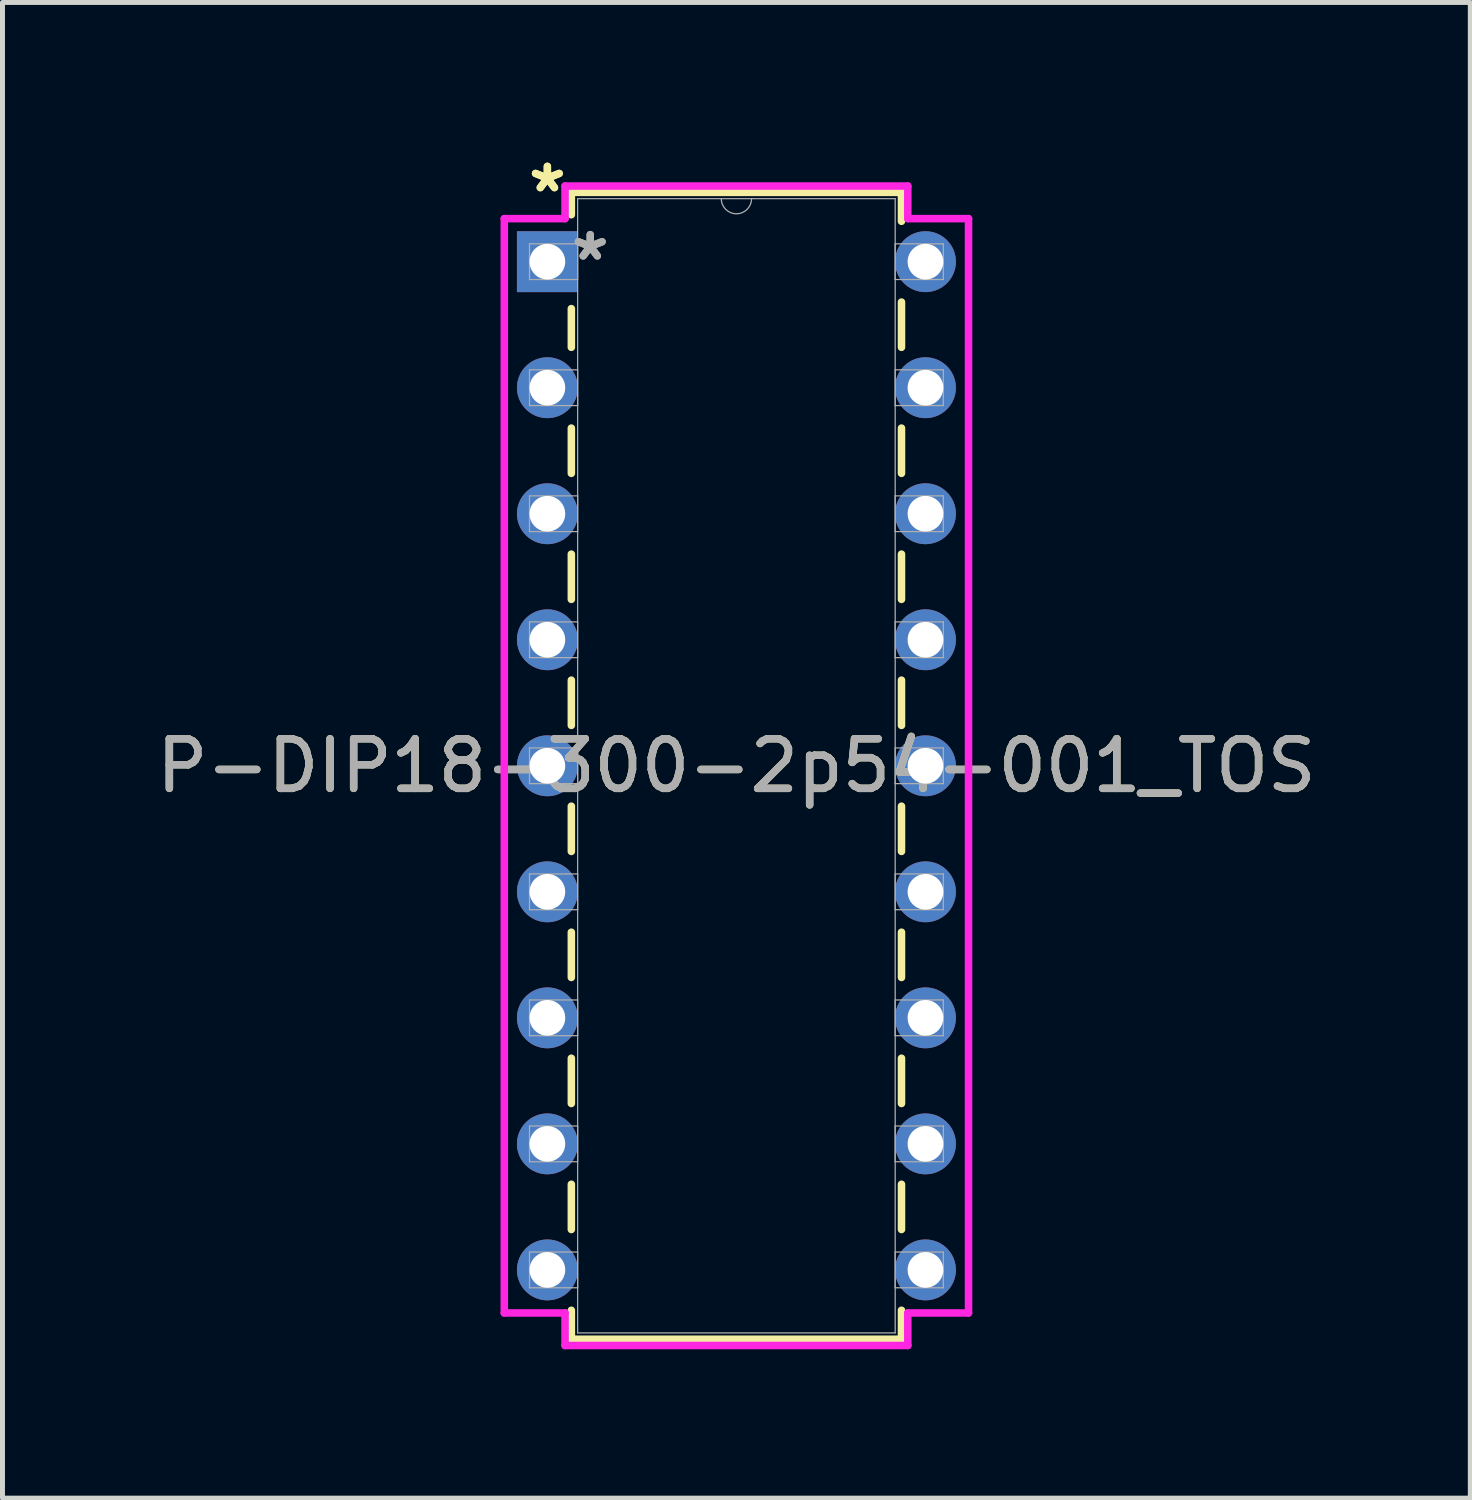
<source format=kicad_pcb>
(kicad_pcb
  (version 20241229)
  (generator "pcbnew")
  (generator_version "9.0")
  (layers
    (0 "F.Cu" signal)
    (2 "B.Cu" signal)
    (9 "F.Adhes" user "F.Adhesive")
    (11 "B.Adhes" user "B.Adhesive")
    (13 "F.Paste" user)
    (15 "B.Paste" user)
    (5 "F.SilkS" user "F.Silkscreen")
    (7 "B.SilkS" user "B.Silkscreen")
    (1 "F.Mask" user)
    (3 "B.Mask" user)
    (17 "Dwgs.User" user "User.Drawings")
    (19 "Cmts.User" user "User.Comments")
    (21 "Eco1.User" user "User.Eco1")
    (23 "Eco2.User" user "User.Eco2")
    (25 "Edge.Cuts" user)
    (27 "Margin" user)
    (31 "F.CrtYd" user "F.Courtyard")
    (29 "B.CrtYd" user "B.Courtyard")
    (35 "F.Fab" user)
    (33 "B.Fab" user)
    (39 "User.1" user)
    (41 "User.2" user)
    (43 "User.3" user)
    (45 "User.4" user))
  (footprint "P-DIP18-300-2p54-001_TOS"
    (layer "F.Cu")
    (at 7.982 2.224)
    (property "Reference" "P-DIP18-300-2p54-001_TOS" (at 3.81 10.16 0) (unlocked yes) (layer "F.SilkS") (effects (font (size 1 1) (thickness 0.15))))
    (attr through_hole)
    (fp_line (start 0.483 -1.397) (end 0.483 -0.946) (stroke (width 0.152) (type solid)) (layer "F.SilkS"))
    (fp_line (start 0.483 0.946) (end 0.483 1.726) (stroke (width 0.152) (type solid)) (layer "F.SilkS"))
    (fp_line (start 0.483 3.354) (end 0.483 4.266) (stroke (width 0.152) (type solid)) (layer "F.SilkS"))
    (fp_line (start 0.483 5.894) (end 0.483 6.806) (stroke (width 0.152) (type solid)) (layer "F.SilkS"))
    (fp_line (start 0.483 8.434) (end 0.483 9.346) (stroke (width 0.152) (type solid)) (layer "F.SilkS"))
    (fp_line (start 0.483 10.974) (end 0.483 11.886) (stroke (width 0.152) (type solid)) (layer "F.SilkS"))
    (fp_line (start 0.483 13.514) (end 0.483 14.426) (stroke (width 0.152) (type solid)) (layer "F.SilkS"))
    (fp_line (start 0.483 16.054) (end 0.483 16.966) (stroke (width 0.152) (type solid)) (layer "F.SilkS"))
    (fp_line (start 0.483 18.594) (end 0.483 19.506) (stroke (width 0.152) (type solid)) (layer "F.SilkS"))
    (fp_line (start 0.483 21.134) (end 0.483 21.717) (stroke (width 0.152) (type solid)) (layer "F.SilkS"))
    (fp_line (start 0.483 21.717) (end 7.137 21.717) (stroke (width 0.152) (type solid)) (layer "F.SilkS"))
    (fp_line (start 7.137 -1.397) (end 0.483 -1.397) (stroke (width 0.152) (type solid)) (layer "F.SilkS"))
    (fp_line (start 7.137 -0.814) (end 7.137 -1.397) (stroke (width 0.152) (type solid)) (layer "F.SilkS"))
    (fp_line (start 7.137 1.726) (end 7.137 0.814) (stroke (width 0.152) (type solid)) (layer "F.SilkS"))
    (fp_line (start 7.137 4.266) (end 7.137 3.354) (stroke (width 0.152) (type solid)) (layer "F.SilkS"))
    (fp_line (start 7.137 6.806) (end 7.137 5.894) (stroke (width 0.152) (type solid)) (layer "F.SilkS"))
    (fp_line (start 7.137 9.346) (end 7.137 8.434) (stroke (width 0.152) (type solid)) (layer "F.SilkS"))
    (fp_line (start 7.137 11.886) (end 7.137 10.974) (stroke (width 0.152) (type solid)) (layer "F.SilkS"))
    (fp_line (start 7.137 14.426) (end 7.137 13.514) (stroke (width 0.152) (type solid)) (layer "F.SilkS"))
    (fp_line (start 7.137 16.966) (end 7.137 16.054) (stroke (width 0.152) (type solid)) (layer "F.SilkS"))
    (fp_line (start 7.137 19.506) (end 7.137 18.594) (stroke (width 0.152) (type solid)) (layer "F.SilkS"))
    (fp_line (start 7.137 21.717) (end 7.137 21.134) (stroke (width 0.152) (type solid)) (layer "F.SilkS"))
    (fp_line (start -0.868 -0.868) (end 0.356 -0.868) (stroke (width 0.152) (type solid)) (layer "F.CrtYd"))
    (fp_line (start -0.868 21.188) (end -0.868 -0.868) (stroke (width 0.152) (type solid)) (layer "F.CrtYd"))
    (fp_line (start 0.356 -1.524) (end 7.264 -1.524) (stroke (width 0.152) (type solid)) (layer "F.CrtYd"))
    (fp_line (start 0.356 -0.868) (end 0.356 -1.524) (stroke (width 0.152) (type solid)) (layer "F.CrtYd"))
    (fp_line (start 0.356 21.188) (end -0.868 21.188) (stroke (width 0.152) (type solid)) (layer "F.CrtYd"))
    (fp_line (start 0.356 21.844) (end 0.356 21.188) (stroke (width 0.152) (type solid)) (layer "F.CrtYd"))
    (fp_line (start 7.264 -1.524) (end 7.264 -0.868) (stroke (width 0.152) (type solid)) (layer "F.CrtYd"))
    (fp_line (start 7.264 21.188) (end 7.264 21.844) (stroke (width 0.152) (type solid)) (layer "F.CrtYd"))
    (fp_line (start 7.264 21.844) (end 0.356 21.844) (stroke (width 0.152) (type solid)) (layer "F.CrtYd"))
    (fp_line (start 8.488 -0.868) (end 7.264 -0.868) (stroke (width 0.152) (type solid)) (layer "F.CrtYd"))
    (fp_line (start 8.488 -0.868) (end 8.488 21.188) (stroke (width 0.152) (type solid)) (layer "F.CrtYd"))
    (fp_line (start 8.488 21.188) (end 7.264 21.188) (stroke (width 0.152) (type solid)) (layer "F.CrtYd"))
    (fp_line (start -0.36 -0.36) (end -0.36 0.36) (stroke (width 0.025) (type solid)) (layer "F.Fab"))
    (fp_line (start -0.36 0.36) (end 0.61 0.36) (stroke (width 0.025) (type solid)) (layer "F.Fab"))
    (fp_line (start -0.36 2.18) (end -0.36 2.9) (stroke (width 0.025) (type solid)) (layer "F.Fab"))
    (fp_line (start -0.36 2.9) (end 0.61 2.9) (stroke (width 0.025) (type solid)) (layer "F.Fab"))
    (fp_line (start -0.36 4.72) (end -0.36 5.44) (stroke (width 0.025) (type solid)) (layer "F.Fab"))
    (fp_line (start -0.36 5.44) (end 0.61 5.44) (stroke (width 0.025) (type solid)) (layer "F.Fab"))
    (fp_line (start -0.36 7.26) (end -0.36 7.98) (stroke (width 0.025) (type solid)) (layer "F.Fab"))
    (fp_line (start -0.36 7.98) (end 0.61 7.98) (stroke (width 0.025) (type solid)) (layer "F.Fab"))
    (fp_line (start -0.36 9.8) (end -0.36 10.52) (stroke (width 0.025) (type solid)) (layer "F.Fab"))
    (fp_line (start -0.36 10.52) (end 0.61 10.52) (stroke (width 0.025) (type solid)) (layer "F.Fab"))
    (fp_line (start -0.36 12.34) (end -0.36 13.06) (stroke (width 0.025) (type solid)) (layer "F.Fab"))
    (fp_line (start -0.36 13.06) (end 0.61 13.06) (stroke (width 0.025) (type solid)) (layer "F.Fab"))
    (fp_line (start -0.36 14.88) (end -0.36 15.6) (stroke (width 0.025) (type solid)) (layer "F.Fab"))
    (fp_line (start -0.36 15.6) (end 0.61 15.6) (stroke (width 0.025) (type solid)) (layer "F.Fab"))
    (fp_line (start -0.36 17.42) (end -0.36 18.14) (stroke (width 0.025) (type solid)) (layer "F.Fab"))
    (fp_line (start -0.36 18.14) (end 0.61 18.14) (stroke (width 0.025) (type solid)) (layer "F.Fab"))
    (fp_line (start -0.36 19.96) (end -0.36 20.68) (stroke (width 0.025) (type solid)) (layer "F.Fab"))
    (fp_line (start -0.36 20.68) (end 0.61 20.68) (stroke (width 0.025) (type solid)) (layer "F.Fab"))
    (fp_line (start 0.61 -1.27) (end 0.61 21.59) (stroke (width 0.025) (type solid)) (layer "F.Fab"))
    (fp_line (start 0.61 -0.36) (end -0.36 -0.36) (stroke (width 0.025) (type solid)) (layer "F.Fab"))
    (fp_line (start 0.61 0.36) (end 0.61 -0.36) (stroke (width 0.025) (type solid)) (layer "F.Fab"))
    (fp_line (start 0.61 2.18) (end -0.36 2.18) (stroke (width 0.025) (type solid)) (layer "F.Fab"))
    (fp_line (start 0.61 2.9) (end 0.61 2.18) (stroke (width 0.025) (type solid)) (layer "F.Fab"))
    (fp_line (start 0.61 4.72) (end -0.36 4.72) (stroke (width 0.025) (type solid)) (layer "F.Fab"))
    (fp_line (start 0.61 5.44) (end 0.61 4.72) (stroke (width 0.025) (type solid)) (layer "F.Fab"))
    (fp_line (start 0.61 7.26) (end -0.36 7.26) (stroke (width 0.025) (type solid)) (layer "F.Fab"))
    (fp_line (start 0.61 7.98) (end 0.61 7.26) (stroke (width 0.025) (type solid)) (layer "F.Fab"))
    (fp_line (start 0.61 9.8) (end -0.36 9.8) (stroke (width 0.025) (type solid)) (layer "F.Fab"))
    (fp_line (start 0.61 10.52) (end 0.61 9.8) (stroke (width 0.025) (type solid)) (layer "F.Fab"))
    (fp_line (start 0.61 12.34) (end -0.36 12.34) (stroke (width 0.025) (type solid)) (layer "F.Fab"))
    (fp_line (start 0.61 13.06) (end 0.61 12.34) (stroke (width 0.025) (type solid)) (layer "F.Fab"))
    (fp_line (start 0.61 14.88) (end -0.36 14.88) (stroke (width 0.025) (type solid)) (layer "F.Fab"))
    (fp_line (start 0.61 15.6) (end 0.61 14.88) (stroke (width 0.025) (type solid)) (layer "F.Fab"))
    (fp_line (start 0.61 17.42) (end -0.36 17.42) (stroke (width 0.025) (type solid)) (layer "F.Fab"))
    (fp_line (start 0.61 18.14) (end 0.61 17.42) (stroke (width 0.025) (type solid)) (layer "F.Fab"))
    (fp_line (start 0.61 19.96) (end -0.36 19.96) (stroke (width 0.025) (type solid)) (layer "F.Fab"))
    (fp_line (start 0.61 20.68) (end 0.61 19.96) (stroke (width 0.025) (type solid)) (layer "F.Fab"))
    (fp_line (start 0.61 21.59) (end 7.01 21.59) (stroke (width 0.025) (type solid)) (layer "F.Fab"))
    (fp_line (start 7.01 -1.27) (end 0.61 -1.27) (stroke (width 0.025) (type solid)) (layer "F.Fab"))
    (fp_line (start 7.01 -0.36) (end 7.01 0.36) (stroke (width 0.025) (type solid)) (layer "F.Fab"))
    (fp_line (start 7.01 0.36) (end 7.98 0.36) (stroke (width 0.025) (type solid)) (layer "F.Fab"))
    (fp_line (start 7.01 2.18) (end 7.01 2.9) (stroke (width 0.025) (type solid)) (layer "F.Fab"))
    (fp_line (start 7.01 2.9) (end 7.98 2.9) (stroke (width 0.025) (type solid)) (layer "F.Fab"))
    (fp_line (start 7.01 4.72) (end 7.01 5.44) (stroke (width 0.025) (type solid)) (layer "F.Fab"))
    (fp_line (start 7.01 5.44) (end 7.98 5.44) (stroke (width 0.025) (type solid)) (layer "F.Fab"))
    (fp_line (start 7.01 7.26) (end 7.01 7.98) (stroke (width 0.025) (type solid)) (layer "F.Fab"))
    (fp_line (start 7.01 7.98) (end 7.98 7.98) (stroke (width 0.025) (type solid)) (layer "F.Fab"))
    (fp_line (start 7.01 9.8) (end 7.01 10.52) (stroke (width 0.025) (type solid)) (layer "F.Fab"))
    (fp_line (start 7.01 10.52) (end 7.98 10.52) (stroke (width 0.025) (type solid)) (layer "F.Fab"))
    (fp_line (start 7.01 12.34) (end 7.01 13.06) (stroke (width 0.025) (type solid)) (layer "F.Fab"))
    (fp_line (start 7.01 13.06) (end 7.98 13.06) (stroke (width 0.025) (type solid)) (layer "F.Fab"))
    (fp_line (start 7.01 14.88) (end 7.01 15.6) (stroke (width 0.025) (type solid)) (layer "F.Fab"))
    (fp_line (start 7.01 15.6) (end 7.98 15.6) (stroke (width 0.025) (type solid)) (layer "F.Fab"))
    (fp_line (start 7.01 17.42) (end 7.01 18.14) (stroke (width 0.025) (type solid)) (layer "F.Fab"))
    (fp_line (start 7.01 18.14) (end 7.98 18.14) (stroke (width 0.025) (type solid)) (layer "F.Fab"))
    (fp_line (start 7.01 19.96) (end 7.01 20.68) (stroke (width 0.025) (type solid)) (layer "F.Fab"))
    (fp_line (start 7.01 20.68) (end 7.98 20.68) (stroke (width 0.025) (type solid)) (layer "F.Fab"))
    (fp_line (start 7.01 21.59) (end 7.01 -1.27) (stroke (width 0.025) (type solid)) (layer "F.Fab"))
    (fp_line (start 7.98 -0.36) (end 7.01 -0.36) (stroke (width 0.025) (type solid)) (layer "F.Fab"))
    (fp_line (start 7.98 0.36) (end 7.98 -0.36) (stroke (width 0.025) (type solid)) (layer "F.Fab"))
    (fp_line (start 7.98 2.18) (end 7.01 2.18) (stroke (width 0.025) (type solid)) (layer "F.Fab"))
    (fp_line (start 7.98 2.9) (end 7.98 2.18) (stroke (width 0.025) (type solid)) (layer "F.Fab"))
    (fp_line (start 7.98 4.72) (end 7.01 4.72) (stroke (width 0.025) (type solid)) (layer "F.Fab"))
    (fp_line (start 7.98 5.44) (end 7.98 4.72) (stroke (width 0.025) (type solid)) (layer "F.Fab"))
    (fp_line (start 7.98 7.26) (end 7.01 7.26) (stroke (width 0.025) (type solid)) (layer "F.Fab"))
    (fp_line (start 7.98 7.98) (end 7.98 7.26) (stroke (width 0.025) (type solid)) (layer "F.Fab"))
    (fp_line (start 7.98 9.8) (end 7.01 9.8) (stroke (width 0.025) (type solid)) (layer "F.Fab"))
    (fp_line (start 7.98 10.52) (end 7.98 9.8) (stroke (width 0.025) (type solid)) (layer "F.Fab"))
    (fp_line (start 7.98 12.34) (end 7.01 12.34) (stroke (width 0.025) (type solid)) (layer "F.Fab"))
    (fp_line (start 7.98 13.06) (end 7.98 12.34) (stroke (width 0.025) (type solid)) (layer "F.Fab"))
    (fp_line (start 7.98 14.88) (end 7.01 14.88) (stroke (width 0.025) (type solid)) (layer "F.Fab"))
    (fp_line (start 7.98 15.6) (end 7.98 14.88) (stroke (width 0.025) (type solid)) (layer "F.Fab"))
    (fp_line (start 7.98 17.42) (end 7.01 17.42) (stroke (width 0.025) (type solid)) (layer "F.Fab"))
    (fp_line (start 7.98 18.14) (end 7.98 17.42) (stroke (width 0.025) (type solid)) (layer "F.Fab"))
    (fp_line (start 7.98 19.96) (end 7.01 19.96) (stroke (width 0.025) (type solid)) (layer "F.Fab"))
    (fp_line (start 7.98 20.68) (end 7.98 19.96) (stroke (width 0.025) (type solid)) (layer "F.Fab"))
    (fp_arc (start 4.1148 -1.27) (mid 3.81 -0.9652) (end 3.5052 -1.27) (stroke (width 0.0254) (type solid)) (layer "F.Fab"))
    (fp_text user "*" (at 0 -1.376 0) (unlocked yes) (layer "F.SilkS") (effects (font (size 1 1) (thickness 0.15))))
    (fp_text user "*" (at 0 -1.376 0) (layer "F.SilkS") (effects (font (size 1 1) (thickness 0.15))))
    (fp_text user "*" (at 0.864 0 0) (layer "F.Fab") (effects (font (size 1 1) (thickness 0.15))))
    (fp_text user "${REFERENCE}" (at 3.81 10.16 0) (unlocked yes) (layer "F.Fab") (effects (font (size 1 1) (thickness 0.15))))
    (fp_text user "*" (at 0.864 0 0) (unlocked yes) (layer "F.Fab") (effects (font (size 1 1) (thickness 0.15))))
    (pad "1" thru_hole rect (at 0 0) (size 1.227 1.227) (drill 0.719) (layers "*.Cu" "*.Mask"))
    (pad "2" thru_hole circle (at 0 2.54) (size 1.227 1.227) (drill 0.719) (layers "*.Cu" "*.Mask"))
    (pad "3" thru_hole circle (at 0 5.08) (size 1.227 1.227) (drill 0.719) (layers "*.Cu" "*.Mask"))
    (pad "4" thru_hole circle (at 0 7.62) (size 1.227 1.227) (drill 0.719) (layers "*.Cu" "*.Mask"))
    (pad "5" thru_hole circle (at 0 10.16) (size 1.227 1.227) (drill 0.719) (layers "*.Cu" "*.Mask"))
    (pad "6" thru_hole circle (at 0 12.7) (size 1.227 1.227) (drill 0.719) (layers "*.Cu" "*.Mask"))
    (pad "7" thru_hole circle (at 0 15.24) (size 1.227 1.227) (drill 0.719) (layers "*.Cu" "*.Mask"))
    (pad "8" thru_hole circle (at 0 17.78) (size 1.227 1.227) (drill 0.719) (layers "*.Cu" "*.Mask"))
    (pad "9" thru_hole circle (at 0 20.32) (size 1.227 1.227) (drill 0.719) (layers "*.Cu" "*.Mask"))
    (pad "10" thru_hole circle (at 7.62 20.32) (size 1.227 1.227) (drill 0.719) (layers "*.Cu" "*.Mask"))
    (pad "11" thru_hole circle (at 7.62 17.78) (size 1.227 1.227) (drill 0.719) (layers "*.Cu" "*.Mask"))
    (pad "12" thru_hole circle (at 7.62 15.24) (size 1.227 1.227) (drill 0.719) (layers "*.Cu" "*.Mask"))
    (pad "13" thru_hole circle (at 7.62 12.7) (size 1.227 1.227) (drill 0.719) (layers "*.Cu" "*.Mask"))
    (pad "14" thru_hole circle (at 7.62 10.16) (size 1.227 1.227) (drill 0.719) (layers "*.Cu" "*.Mask"))
    (pad "15" thru_hole circle (at 7.62 7.62) (size 1.227 1.227) (drill 0.719) (layers "*.Cu" "*.Mask"))
    (pad "16" thru_hole circle (at 7.62 5.08) (size 1.227 1.227) (drill 0.719) (layers "*.Cu" "*.Mask"))
    (pad "17" thru_hole circle (at 7.62 2.54) (size 1.227 1.227) (drill 0.719) (layers "*.Cu" "*.Mask"))
    (pad "18" thru_hole circle (at 7.62 0) (size 1.227 1.227) (drill 0.719) (layers "*.Cu" "*.Mask")))
  (gr_rect
    (start -3 -3)
    (end 26.583 27.144)
    (stroke (width 0.1) (type default))
    (fill no)
    (layer "Edge.Cuts")))
</source>
